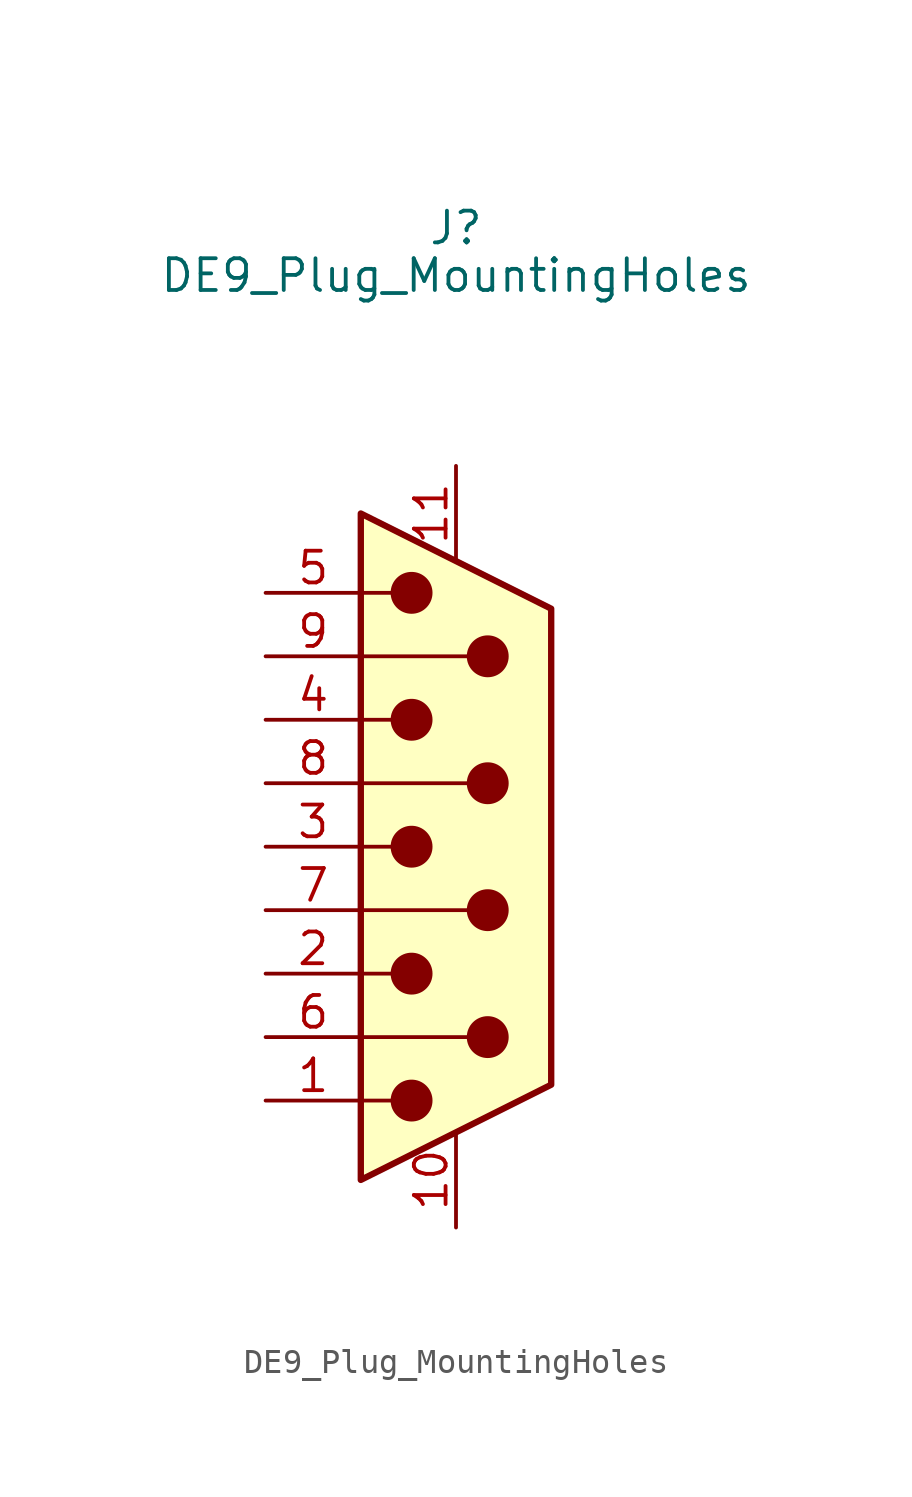
<source format=kicad_sym>
(kicad_symbol_lib
  (version 20220914)
  (generator kicad_symbol_editor)
  (symbol "DE9_Plug_MountingHoles"
    (pin_names
      (offset 1.016) hide)
    (property "Reference" "J"
      (at 0 24.765 0)
      (effects (font (size 1.27 1.27))))
    (property "Value" "DE9_Plug_MountingHoles"
      (at 0 22.86 0)
      (effects (font (size 1.27 1.27))))
    (symbol "DE9_Plug_MountingHoles_0_1"
      (circle (center -1.778 -10.16) (radius 0.762) (stroke (width 0) (type default)) (fill (type outline)))
      (circle (center -1.778 -5.08) (radius 0.762) (stroke (width 0) (type default)) (fill (type outline)))
      (circle (center -1.778 0) (radius 0.762) (stroke (width 0) (type default)) (fill (type outline)))
      (circle (center -1.778 5.08) (radius 0.762) (stroke (width 0) (type default)) (fill (type outline)))
      (circle (center -1.778 10.16) (radius 0.762) (stroke (width 0) (type default)) (fill (type outline)))
      (polyline (pts (xy -3.81 -10.16) (xy -2.54 -10.16)) (stroke (width 0) (type default)) (fill (type none)))
      (polyline (pts (xy -3.81 -7.62) (xy 0.508 -7.62)) (stroke (width 0) (type default)) (fill (type none)))
      (polyline (pts (xy -3.81 -5.08) (xy -2.54 -5.08)) (stroke (width 0) (type default)) (fill (type none)))
      (polyline (pts (xy -3.81 -2.54) (xy 0.508 -2.54)) (stroke (width 0) (type default)) (fill (type none)))
      (polyline (pts (xy -3.81 0) (xy -2.54 0)) (stroke (width 0) (type default)) (fill (type none)))
      (polyline (pts (xy -3.81 2.54) (xy 0.508 2.54)) (stroke (width 0) (type default)) (fill (type none)))
      (polyline (pts (xy -3.81 5.08) (xy -2.54 5.08)) (stroke (width 0) (type default)) (fill (type none)))
      (polyline (pts (xy -3.81 7.62) (xy 0.508 7.62)) (stroke (width 0) (type default)) (fill (type none)))
      (polyline (pts (xy -3.81 10.16) (xy -2.54 10.16)) (stroke (width 0) (type default)) (fill (type none)))
      (polyline (pts (xy -3.81 -13.335) (xy -3.81 13.335) (xy 3.81 9.525) (xy 3.81 -9.525) (xy -3.81 -13.335)) (stroke (width 0.254) (type default)) (fill (type background)))
      (circle (center 1.27 -7.62) (radius 0.762) (stroke (width 0) (type default)) (fill (type outline)))
      (circle (center 1.27 -2.54) (radius 0.762) (stroke (width 0) (type default)) (fill (type outline)))
      (circle (center 1.27 2.54) (radius 0.762) (stroke (width 0) (type default)) (fill (type outline)))
      (circle (center 1.27 7.62) (radius 0.762) (stroke (width 0) (type default)) (fill (type outline))))
    (symbol "DE9_Plug_MountingHoles_1_1"
      (pin passive line (at -7.62 -10.16 0) (length 3.81) (name "1" (effects (font (size 1.27 1.27)))) (number "1" (effects (font (size 1.27 1.27)))))
      (pin passive line (at 0 -15.24 90) (length 3.81) (name "PAD" (effects (font (size 1.27 1.27)))) (number "10" (effects (font (size 1.27 1.27)))))
      (pin passive line (at 0 15.24 270) (length 3.81) (name "PAD" (effects (font (size 1.27 1.27)))) (number "11" (effects (font (size 1.27 1.27)))))
      (pin passive line (at -7.62 -5.08 0) (length 3.81) (name "2" (effects (font (size 1.27 1.27)))) (number "2" (effects (font (size 1.27 1.27)))))
      (pin passive line (at -7.62 0 0) (length 3.81) (name "3" (effects (font (size 1.27 1.27)))) (number "3" (effects (font (size 1.27 1.27)))))
      (pin passive line (at -7.62 5.08 0) (length 3.81) (name "4" (effects (font (size 1.27 1.27)))) (number "4" (effects (font (size 1.27 1.27)))))
      (pin passive line (at -7.62 10.16 0) (length 3.81) (name "5" (effects (font (size 1.27 1.27)))) (number "5" (effects (font (size 1.27 1.27)))))
      (pin passive line (at -7.62 -7.62 0) (length 3.81) (name "6" (effects (font (size 1.27 1.27)))) (number "6" (effects (font (size 1.27 1.27)))))
      (pin passive line (at -7.62 -2.54 0) (length 3.81) (name "7" (effects (font (size 1.27 1.27)))) (number "7" (effects (font (size 1.27 1.27)))))
      (pin passive line (at -7.62 2.54 0) (length 3.81) (name "8" (effects (font (size 1.27 1.27)))) (number "8" (effects (font (size 1.27 1.27)))))
      (pin passive line (at -7.62 7.62 0) (length 3.81) (name "9" (effects (font (size 1.27 1.27)))) (number "9" (effects (font (size 1.27 1.27))))))))
</source>
